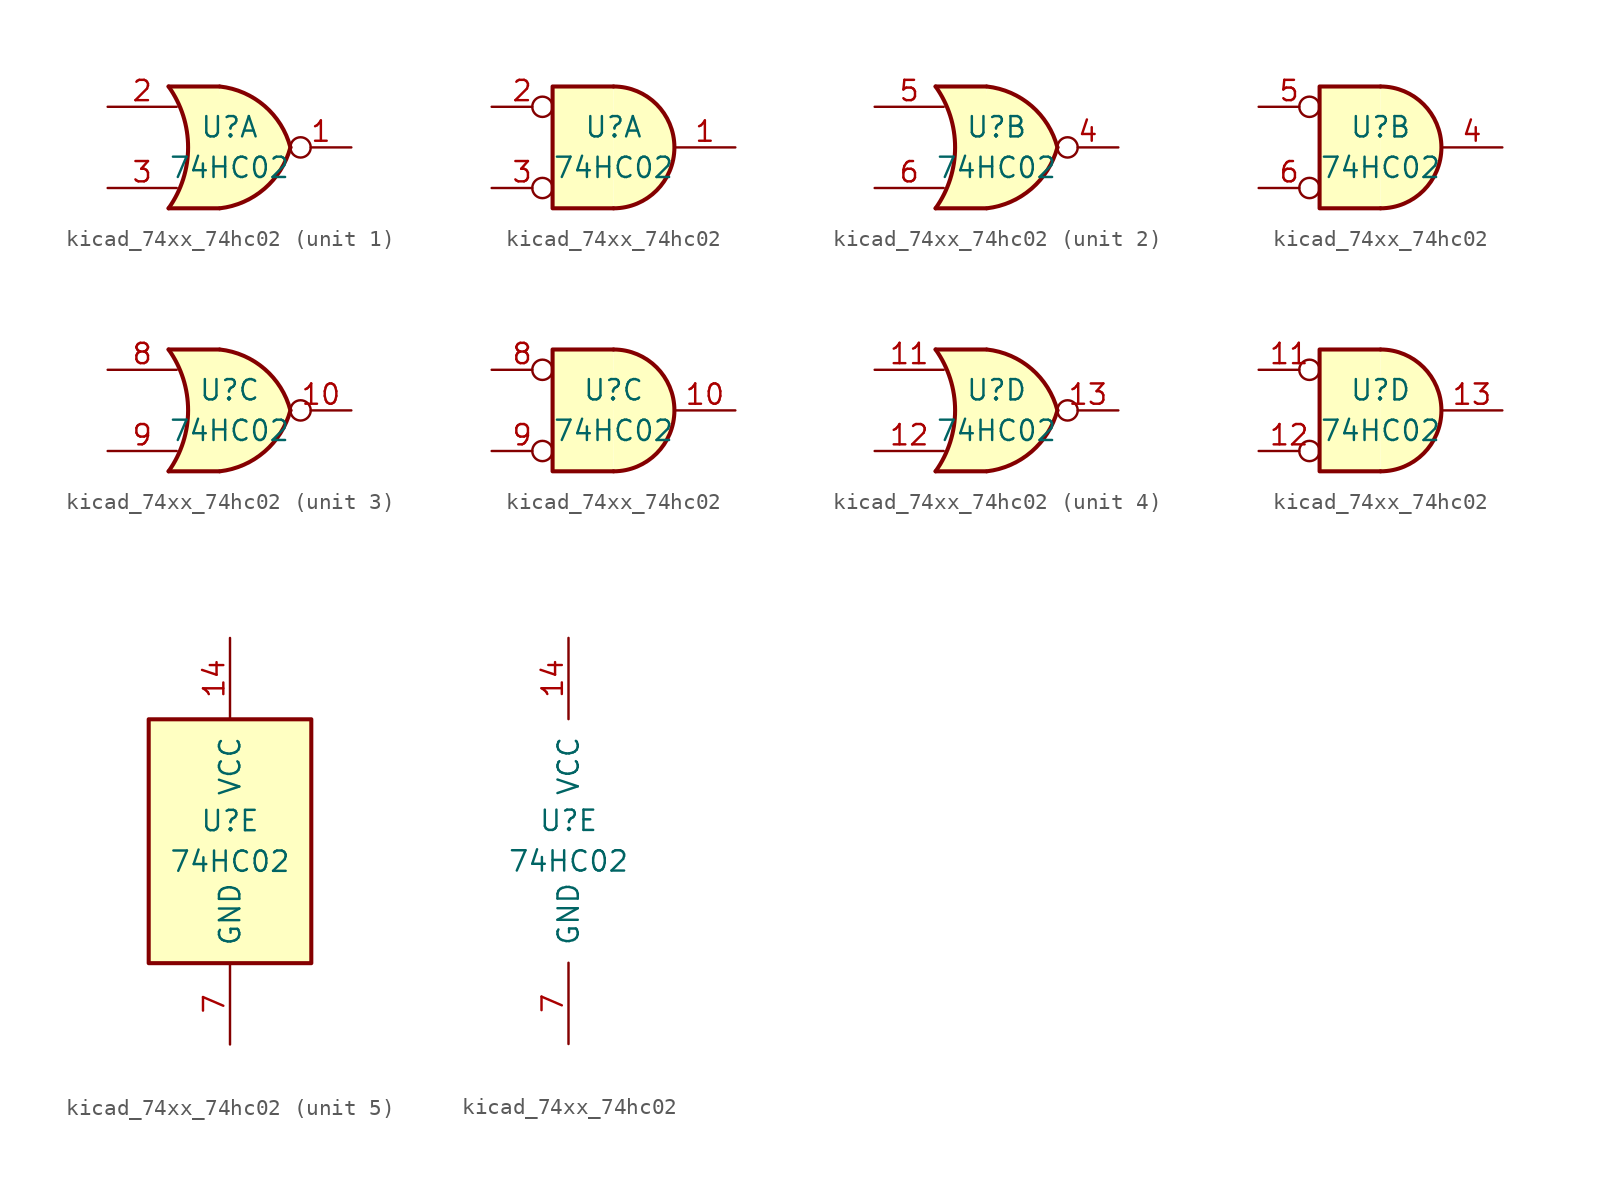
<source format=kicad_sym>
(kicad_symbol_lib
  (version 20220914)
  (generator kicad_symbol_editor)
  (symbol "kicad_74xx_74hc02"
    (pin_names
      (offset 1.016))
    (property "Reference" "U"
      (at 0 1.27 0)
      (effects (font (size 1.27 1.27))))
    (property "Value" "74HC02"
      (at 0 -1.27 0)
      (effects (font (size 1.27 1.27))))
    (property "ki_locked" ""
      (at 0 0 0)
      (effects (font (size 1.27 1.27))))
    (symbol "kicad_74xx_74hc02_1_1"
      (arc (start -3.81 -3.81) (mid -2.589 0) (end -3.81 3.81) (stroke (width 0.254) (type default)) (fill (type none)))
      (arc (start -0.6096 -3.81) (mid 2.1842 -2.5851) (end 3.81 0) (stroke (width 0.254) (type default)) (fill (type background)))
      (polyline (pts (xy -3.81 -3.81) (xy -0.635 -3.81)) (stroke (width 0.254) (type default)) (fill (type background)))
      (polyline (pts (xy -3.81 3.81) (xy -0.635 3.81)) (stroke (width 0.254) (type default)) (fill (type background)))
      (polyline (pts (xy -0.635 3.81) (xy -3.81 3.81) (xy -3.81 3.81) (xy -3.556 3.404) (xy -3.023 2.261) (xy -2.692 1.041) (xy -2.616 -0.254) (xy -2.769 -1.499) (xy -3.175 -2.718) (xy -3.81 -3.81) (xy -3.81 -3.81) (xy -0.635 -3.81)) (stroke (width -25.4) (type default)) (fill (type background)))
      (arc (start 3.81 0) (mid 2.1915 2.5936) (end -0.6096 3.81) (stroke (width 0.254) (type default)) (fill (type background)))
      (pin output inverted (at 7.62 0 180) (length 3.81) (name "~" (effects (font (size 1.27 1.27)))) (number "1" (effects (font (size 1.27 1.27)))))
      (pin input line (at -7.62 2.54 0) (length 4.318) (name "~" (effects (font (size 1.27 1.27)))) (number "2" (effects (font (size 1.27 1.27)))))
      (pin input line (at -7.62 -2.54 0) (length 4.318) (name "~" (effects (font (size 1.27 1.27)))) (number "3" (effects (font (size 1.27 1.27))))))
    (symbol "kicad_74xx_74hc02_1_2"
      (arc (start 0 -3.81) (mid 3.7934 0) (end 0 3.81) (stroke (width 0.254) (type default)) (fill (type background)))
      (polyline (pts (xy 0 3.81) (xy -3.81 3.81) (xy -3.81 -3.81) (xy 0 -3.81)) (stroke (width 0.254) (type default)) (fill (type background)))
      (pin output line (at 7.62 0 180) (length 3.81) (name "~" (effects (font (size 1.27 1.27)))) (number "1" (effects (font (size 1.27 1.27)))))
      (pin input inverted (at -7.62 2.54 0) (length 3.81) (name "~" (effects (font (size 1.27 1.27)))) (number "2" (effects (font (size 1.27 1.27)))))
      (pin input inverted (at -7.62 -2.54 0) (length 3.81) (name "~" (effects (font (size 1.27 1.27)))) (number "3" (effects (font (size 1.27 1.27))))))
    (symbol "kicad_74xx_74hc02_2_1"
      (arc (start -3.81 -3.81) (mid -2.589 0) (end -3.81 3.81) (stroke (width 0.254) (type default)) (fill (type none)))
      (arc (start -0.6096 -3.81) (mid 2.1842 -2.5851) (end 3.81 0) (stroke (width 0.254) (type default)) (fill (type background)))
      (polyline (pts (xy -3.81 -3.81) (xy -0.635 -3.81)) (stroke (width 0.254) (type default)) (fill (type background)))
      (polyline (pts (xy -3.81 3.81) (xy -0.635 3.81)) (stroke (width 0.254) (type default)) (fill (type background)))
      (polyline (pts (xy -0.635 3.81) (xy -3.81 3.81) (xy -3.81 3.81) (xy -3.556 3.404) (xy -3.023 2.261) (xy -2.692 1.041) (xy -2.616 -0.254) (xy -2.769 -1.499) (xy -3.175 -2.718) (xy -3.81 -3.81) (xy -3.81 -3.81) (xy -0.635 -3.81)) (stroke (width -25.4) (type default)) (fill (type background)))
      (arc (start 3.81 0) (mid 2.1915 2.5936) (end -0.6096 3.81) (stroke (width 0.254) (type default)) (fill (type background)))
      (pin output inverted (at 7.62 0 180) (length 3.81) (name "~" (effects (font (size 1.27 1.27)))) (number "4" (effects (font (size 1.27 1.27)))))
      (pin input line (at -7.62 2.54 0) (length 4.318) (name "~" (effects (font (size 1.27 1.27)))) (number "5" (effects (font (size 1.27 1.27)))))
      (pin input line (at -7.62 -2.54 0) (length 4.318) (name "~" (effects (font (size 1.27 1.27)))) (number "6" (effects (font (size 1.27 1.27))))))
    (symbol "kicad_74xx_74hc02_2_2"
      (arc (start 0 -3.81) (mid 3.7934 0) (end 0 3.81) (stroke (width 0.254) (type default)) (fill (type background)))
      (polyline (pts (xy 0 3.81) (xy -3.81 3.81) (xy -3.81 -3.81) (xy 0 -3.81)) (stroke (width 0.254) (type default)) (fill (type background)))
      (pin output line (at 7.62 0 180) (length 3.81) (name "~" (effects (font (size 1.27 1.27)))) (number "4" (effects (font (size 1.27 1.27)))))
      (pin input inverted (at -7.62 2.54 0) (length 3.81) (name "~" (effects (font (size 1.27 1.27)))) (number "5" (effects (font (size 1.27 1.27)))))
      (pin input inverted (at -7.62 -2.54 0) (length 3.81) (name "~" (effects (font (size 1.27 1.27)))) (number "6" (effects (font (size 1.27 1.27))))))
    (symbol "kicad_74xx_74hc02_3_1"
      (arc (start -3.81 -3.81) (mid -2.589 0) (end -3.81 3.81) (stroke (width 0.254) (type default)) (fill (type none)))
      (arc (start -0.6096 -3.81) (mid 2.1842 -2.5851) (end 3.81 0) (stroke (width 0.254) (type default)) (fill (type background)))
      (polyline (pts (xy -3.81 -3.81) (xy -0.635 -3.81)) (stroke (width 0.254) (type default)) (fill (type background)))
      (polyline (pts (xy -3.81 3.81) (xy -0.635 3.81)) (stroke (width 0.254) (type default)) (fill (type background)))
      (polyline (pts (xy -0.635 3.81) (xy -3.81 3.81) (xy -3.81 3.81) (xy -3.556 3.404) (xy -3.023 2.261) (xy -2.692 1.041) (xy -2.616 -0.254) (xy -2.769 -1.499) (xy -3.175 -2.718) (xy -3.81 -3.81) (xy -3.81 -3.81) (xy -0.635 -3.81)) (stroke (width -25.4) (type default)) (fill (type background)))
      (arc (start 3.81 0) (mid 2.1915 2.5936) (end -0.6096 3.81) (stroke (width 0.254) (type default)) (fill (type background)))
      (pin output inverted (at 7.62 0 180) (length 3.81) (name "~" (effects (font (size 1.27 1.27)))) (number "10" (effects (font (size 1.27 1.27)))))
      (pin input line (at -7.62 2.54 0) (length 4.318) (name "~" (effects (font (size 1.27 1.27)))) (number "8" (effects (font (size 1.27 1.27)))))
      (pin input line (at -7.62 -2.54 0) (length 4.318) (name "~" (effects (font (size 1.27 1.27)))) (number "9" (effects (font (size 1.27 1.27))))))
    (symbol "kicad_74xx_74hc02_3_2"
      (arc (start 0 -3.81) (mid 3.7934 0) (end 0 3.81) (stroke (width 0.254) (type default)) (fill (type background)))
      (polyline (pts (xy 0 3.81) (xy -3.81 3.81) (xy -3.81 -3.81) (xy 0 -3.81)) (stroke (width 0.254) (type default)) (fill (type background)))
      (pin output line (at 7.62 0 180) (length 3.81) (name "~" (effects (font (size 1.27 1.27)))) (number "10" (effects (font (size 1.27 1.27)))))
      (pin input inverted (at -7.62 2.54 0) (length 3.81) (name "~" (effects (font (size 1.27 1.27)))) (number "8" (effects (font (size 1.27 1.27)))))
      (pin input inverted (at -7.62 -2.54 0) (length 3.81) (name "~" (effects (font (size 1.27 1.27)))) (number "9" (effects (font (size 1.27 1.27))))))
    (symbol "kicad_74xx_74hc02_4_1"
      (arc (start -3.81 -3.81) (mid -2.589 0) (end -3.81 3.81) (stroke (width 0.254) (type default)) (fill (type none)))
      (arc (start -0.6096 -3.81) (mid 2.1842 -2.5851) (end 3.81 0) (stroke (width 0.254) (type default)) (fill (type background)))
      (polyline (pts (xy -3.81 -3.81) (xy -0.635 -3.81)) (stroke (width 0.254) (type default)) (fill (type background)))
      (polyline (pts (xy -3.81 3.81) (xy -0.635 3.81)) (stroke (width 0.254) (type default)) (fill (type background)))
      (polyline (pts (xy -0.635 3.81) (xy -3.81 3.81) (xy -3.81 3.81) (xy -3.556 3.404) (xy -3.023 2.261) (xy -2.692 1.041) (xy -2.616 -0.254) (xy -2.769 -1.499) (xy -3.175 -2.718) (xy -3.81 -3.81) (xy -3.81 -3.81) (xy -0.635 -3.81)) (stroke (width -25.4) (type default)) (fill (type background)))
      (arc (start 3.81 0) (mid 2.1915 2.5936) (end -0.6096 3.81) (stroke (width 0.254) (type default)) (fill (type background)))
      (pin input line (at -7.62 2.54 0) (length 4.318) (name "~" (effects (font (size 1.27 1.27)))) (number "11" (effects (font (size 1.27 1.27)))))
      (pin input line (at -7.62 -2.54 0) (length 4.318) (name "~" (effects (font (size 1.27 1.27)))) (number "12" (effects (font (size 1.27 1.27)))))
      (pin output inverted (at 7.62 0 180) (length 3.81) (name "~" (effects (font (size 1.27 1.27)))) (number "13" (effects (font (size 1.27 1.27))))))
    (symbol "kicad_74xx_74hc02_4_2"
      (arc (start 0 -3.81) (mid 3.7934 0) (end 0 3.81) (stroke (width 0.254) (type default)) (fill (type background)))
      (polyline (pts (xy 0 3.81) (xy -3.81 3.81) (xy -3.81 -3.81) (xy 0 -3.81)) (stroke (width 0.254) (type default)) (fill (type background)))
      (pin input inverted (at -7.62 2.54 0) (length 3.81) (name "~" (effects (font (size 1.27 1.27)))) (number "11" (effects (font (size 1.27 1.27)))))
      (pin input inverted (at -7.62 -2.54 0) (length 3.81) (name "~" (effects (font (size 1.27 1.27)))) (number "12" (effects (font (size 1.27 1.27)))))
      (pin output line (at 7.62 0 180) (length 3.81) (name "~" (effects (font (size 1.27 1.27)))) (number "13" (effects (font (size 1.27 1.27))))))
    (symbol "kicad_74xx_74hc02_5_0"
      (pin power_in line (at 0 12.7 270) (length 5.08) (name "VCC" (effects (font (size 1.27 1.27)))) (number "14" (effects (font (size 1.27 1.27)))))
      (pin power_in line (at 0 -12.7 90) (length 5.08) (name "GND" (effects (font (size 1.27 1.27)))) (number "7" (effects (font (size 1.27 1.27))))))
    (symbol "kicad_74xx_74hc02_5_1"
      (rectangle (start -5.08 7.62) (end 5.08 -7.62) (stroke (width 0.254) (type default)) (fill (type background))))))
</source>
